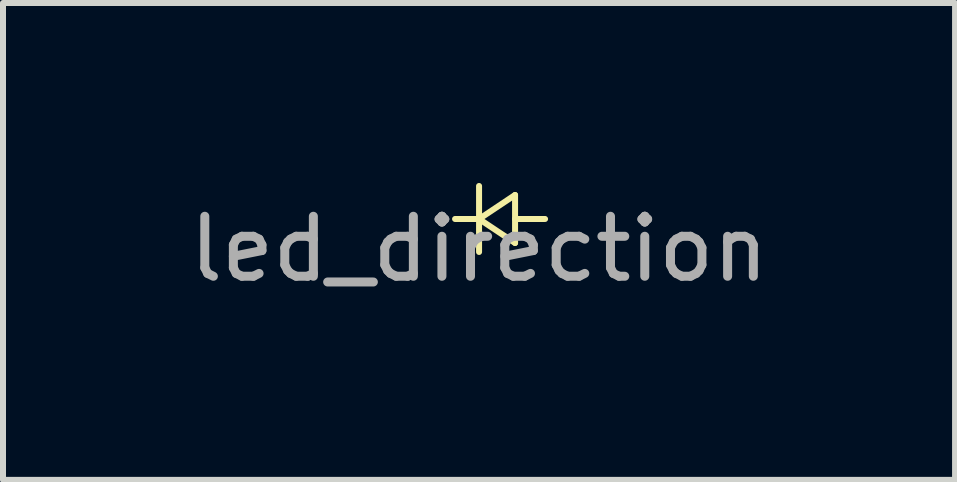
<source format=kicad_pcb>
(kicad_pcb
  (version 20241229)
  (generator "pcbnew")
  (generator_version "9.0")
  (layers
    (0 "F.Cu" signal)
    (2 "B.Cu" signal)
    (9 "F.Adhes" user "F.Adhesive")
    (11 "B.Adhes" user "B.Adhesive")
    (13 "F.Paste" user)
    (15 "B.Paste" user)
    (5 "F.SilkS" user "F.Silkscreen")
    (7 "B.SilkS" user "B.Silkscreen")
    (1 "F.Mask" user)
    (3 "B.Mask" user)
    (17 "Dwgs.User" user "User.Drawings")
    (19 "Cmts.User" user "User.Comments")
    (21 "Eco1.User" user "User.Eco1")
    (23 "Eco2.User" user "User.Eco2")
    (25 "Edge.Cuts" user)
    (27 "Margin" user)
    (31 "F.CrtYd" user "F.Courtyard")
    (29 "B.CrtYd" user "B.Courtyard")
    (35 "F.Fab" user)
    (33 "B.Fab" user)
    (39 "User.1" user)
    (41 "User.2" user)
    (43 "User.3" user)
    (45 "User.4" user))
  (footprint "led_direction"
    (layer "F.Cu")
    (at 4.935 0.6)
    (property "Reference" "led_direction" (at 0 0.5 0) (layer "F.Fab") (effects (font (size 1 1) (thickness 0.15))))
    (attr through_hole)
    (fp_line (start -0.4 0) (end 0 0) (stroke (width 0.1) (type solid)) (layer "F.SilkS"))
    (fp_line (start 0 0) (end 0 -0.55) (stroke (width 0.1) (type solid)) (layer "F.SilkS"))
    (fp_line (start 0 0) (end 0 0.55) (stroke (width 0.1) (type solid)) (layer "F.SilkS"))
    (fp_line (start 0 0) (end 0.6 0.4) (stroke (width 0.1) (type solid)) (layer "F.SilkS"))
    (fp_line (start 0.6 -0.4) (end 0 0) (stroke (width 0.1) (type solid)) (layer "F.SilkS"))
    (fp_line (start 0.6 0) (end 1.1 0) (stroke (width 0.1) (type solid)) (layer "F.SilkS"))
    (fp_line (start 0.6 0.4) (end 0.6 -0.4) (stroke (width 0.1) (type solid)) (layer "F.SilkS")))
  (gr_rect
    (start -3 -3)
    (end 12.869 4.948)
    (stroke (width 0.1) (type default))
    (fill no)
    (layer "Edge.Cuts")))
</source>
